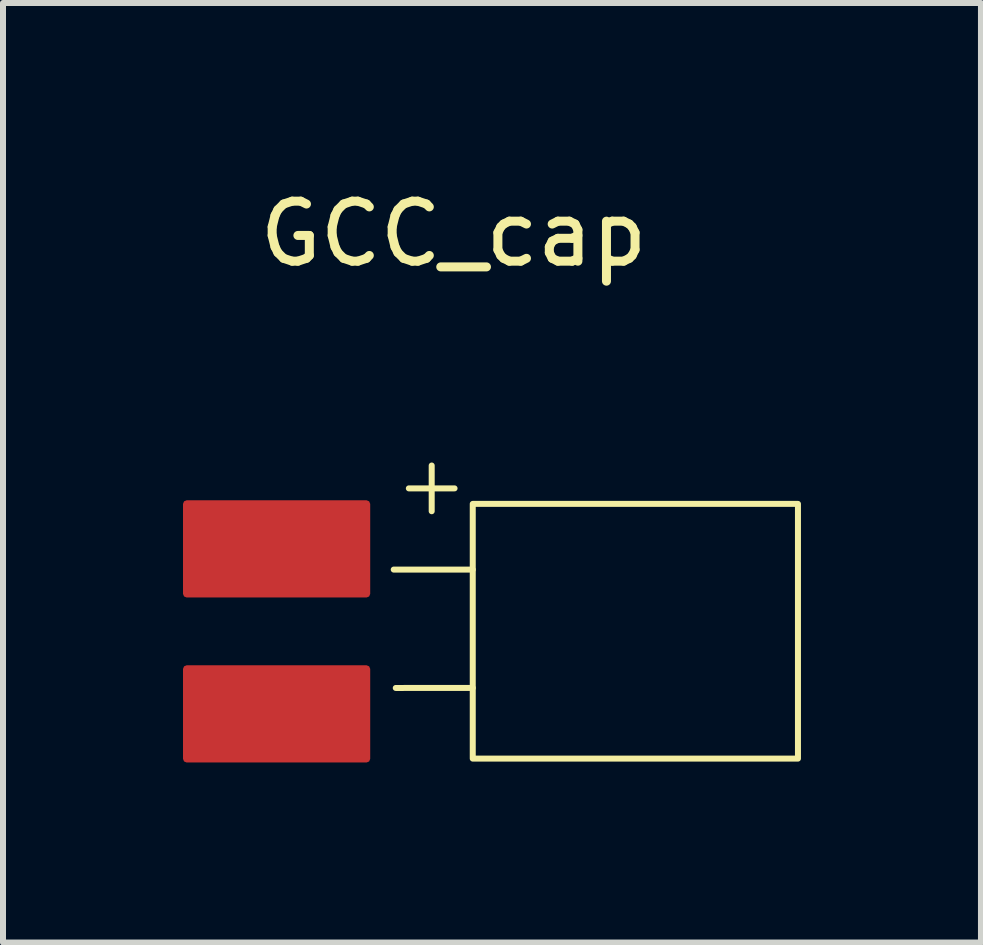
<source format=kicad_pcb>
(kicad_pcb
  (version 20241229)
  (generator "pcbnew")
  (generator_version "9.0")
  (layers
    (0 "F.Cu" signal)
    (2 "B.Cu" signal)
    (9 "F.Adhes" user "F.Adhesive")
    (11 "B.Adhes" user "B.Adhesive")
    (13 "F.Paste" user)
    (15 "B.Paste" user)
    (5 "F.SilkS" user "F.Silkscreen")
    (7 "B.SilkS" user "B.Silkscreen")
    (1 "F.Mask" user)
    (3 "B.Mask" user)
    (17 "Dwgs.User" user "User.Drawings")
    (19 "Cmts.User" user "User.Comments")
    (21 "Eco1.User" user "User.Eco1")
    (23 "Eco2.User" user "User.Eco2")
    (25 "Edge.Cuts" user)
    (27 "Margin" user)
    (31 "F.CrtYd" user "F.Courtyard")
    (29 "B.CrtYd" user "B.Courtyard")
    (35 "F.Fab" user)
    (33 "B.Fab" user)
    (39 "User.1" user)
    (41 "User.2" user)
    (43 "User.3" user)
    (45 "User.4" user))
  (footprint "GCC_cap"
    (layer "F.Cu")
    (at 4.51 1.348)
    (property "Reference" "GCC_cap" (at 0 -0.5 0) (unlocked yes) (layer "F.SilkS") (effects (font (size 1 1) (thickness 0.15))))
    (attr smd)
    (fp_line (start -0.998 5.095) (end 0.319 5.095) (stroke (width 0.1) (type solid)) (layer "F.SilkS"))
    (fp_line (start -0.964 7.068) (end 0.319 7.067) (stroke (width 0.1) (type solid)) (layer "F.SilkS"))
    (fp_poly (pts (xy 5.739 4) (xy 0.319 4) (xy 0.319 8.245) (xy 5.739 8.245)) (stroke (width 0.1) (type solid)) (fill no) (layer "F.SilkS"))
    (fp_text user "+" (at -1.05 4.25 0) (unlocked yes) (layer "F.SilkS") (effects (font (size 1 1) (thickness 0.1)) (justify left bottom)))
    (pad "1" smd custom (at -3.05 4.75) (size 1.524 1.524) (layers "F.Cu" "F.Mask" "F.Paste") (options (anchor circle)) (primitives (gr_poly (pts (xy -1.143 -0.381) (xy -1.127 -0.49) (xy -1.072 -0.602) (xy -0.983 -0.691) (xy -0.871 -0.746) (xy -0.762 -0.762) (xy 0.762 -0.762) (xy 0.871 -0.746) (xy 0.983 -0.691) (xy 1.072 -0.602) (xy 1.127 -0.49) (xy 1.143 -0.381) (xy 1.143 0.381) (xy 1.127 0.49) (xy 1.072 0.602) (xy 0.983 0.691) (xy 0.871 0.746) (xy 0.762 0.762) (xy -0.762 0.762) (xy -0.871 0.746) (xy -0.983 0.691) (xy -1.072 0.602) (xy -1.127 0.49) (xy -1.143 0.381)) (width 0) (fill yes)) (gr_poly (pts (xy -1.4 0.75) (xy 1.6 0.75) (xy 1.6 -0.75) (xy -1.4 -0.75)) (width 0.12) (fill yes))))
    (pad "2" smd custom (at -2.95 7.5) (size 1.524 1.524) (layers "F.Cu" "F.Mask" "F.Paste") (options (anchor circle)) (primitives (gr_poly (pts (xy -1.143 -0.381) (xy -1.127 -0.49) (xy -1.072 -0.602) (xy -0.983 -0.691) (xy -0.871 -0.746) (xy -0.762 -0.762) (xy 0.762 -0.762) (xy 0.871 -0.746) (xy 0.983 -0.691) (xy 1.072 -0.602) (xy 1.127 -0.49) (xy 1.143 -0.381) (xy 1.143 0.381) (xy 1.127 0.49) (xy 1.072 0.602) (xy 0.983 0.691) (xy 0.871 0.746) (xy 0.762 0.762) (xy -0.762 0.762) (xy -0.871 0.746) (xy -0.983 0.691) (xy -1.072 0.602) (xy -1.127 0.49) (xy -1.143 0.381)) (width 0) (fill yes)) (gr_poly (pts (xy -1.5 0.75) (xy 1.5 0.75) (xy 1.5 -0.75) (xy -1.5 -0.75)) (width 0.12) (fill yes)))))
  (gr_rect
    (start -3 -3)
    (end 13.299 12.658)
    (stroke (width 0.1) (type default))
    (fill no)
    (layer "Edge.Cuts")))
</source>
